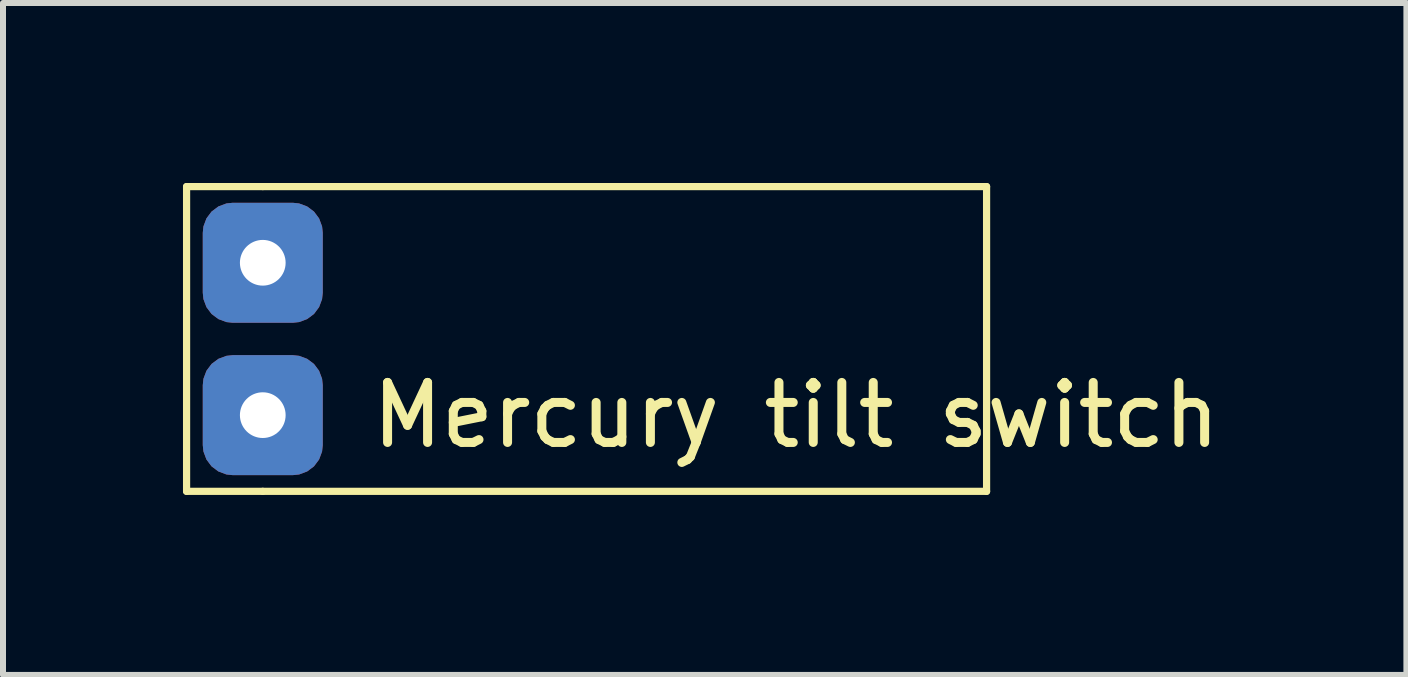
<source format=kicad_pcb>
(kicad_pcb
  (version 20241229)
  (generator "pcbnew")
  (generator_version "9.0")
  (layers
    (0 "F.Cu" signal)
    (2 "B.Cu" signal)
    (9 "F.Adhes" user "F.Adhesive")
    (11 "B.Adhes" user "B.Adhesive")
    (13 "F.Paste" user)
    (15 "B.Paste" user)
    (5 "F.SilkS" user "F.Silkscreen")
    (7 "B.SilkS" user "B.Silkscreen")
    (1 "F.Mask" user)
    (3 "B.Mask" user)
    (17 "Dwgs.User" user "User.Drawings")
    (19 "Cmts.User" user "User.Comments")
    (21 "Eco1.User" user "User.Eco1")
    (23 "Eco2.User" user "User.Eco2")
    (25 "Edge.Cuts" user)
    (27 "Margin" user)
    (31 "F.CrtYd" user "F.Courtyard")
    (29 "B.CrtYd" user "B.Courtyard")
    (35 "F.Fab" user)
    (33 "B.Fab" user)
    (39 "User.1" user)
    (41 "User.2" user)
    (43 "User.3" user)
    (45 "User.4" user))
  (footprint "Mercury tilt switch"
    (layer "F.Cu")
    (at 1.33 1.33)
    (property "Reference" "Mercury tilt switch" (at 8.89 2.54 0) (layer "F.SilkS") (effects (font (size 1 1) (thickness 0.15))))
    (attr through_hole)
    (fp_line (start -1.27 -1.27) (end -1.27 3.81) (stroke (width 0.12) (type solid)) (layer "F.SilkS"))
    (fp_line (start -1.27 -1.27) (end 0 -1.27) (stroke (width 0.12) (type solid)) (layer "F.SilkS"))
    (fp_line (start 0 3.81) (end -1.27 3.81) (stroke (width 0.12) (type solid)) (layer "F.SilkS"))
    (fp_line (start 12.065 -1.27) (end 0 -1.27) (stroke (width 0.12) (type solid)) (layer "F.SilkS"))
    (fp_line (start 12.065 3.81) (end 0 3.81) (stroke (width 0.12) (type solid)) (layer "F.SilkS"))
    (fp_line (start 12.065 3.81) (end 12.065 -1.27) (stroke (width 0.12) (type solid)) (layer "F.SilkS"))
    (pad "1" thru_hole roundrect (at 0 0) (size 2 2) (drill 0.762) (layers "*.Cu" "*.Mask") (roundrect_rratio 0.25))
    (pad "2" thru_hole roundrect (at 0 2.54) (size 2 2) (drill 0.762) (layers "*.Cu" "*.Mask") (roundrect_rratio 0.25)))
  (gr_rect
    (start -3 -3)
    (end 20.393 8.2)
    (stroke (width 0.1) (type default))
    (fill no)
    (layer "Edge.Cuts")))
</source>
